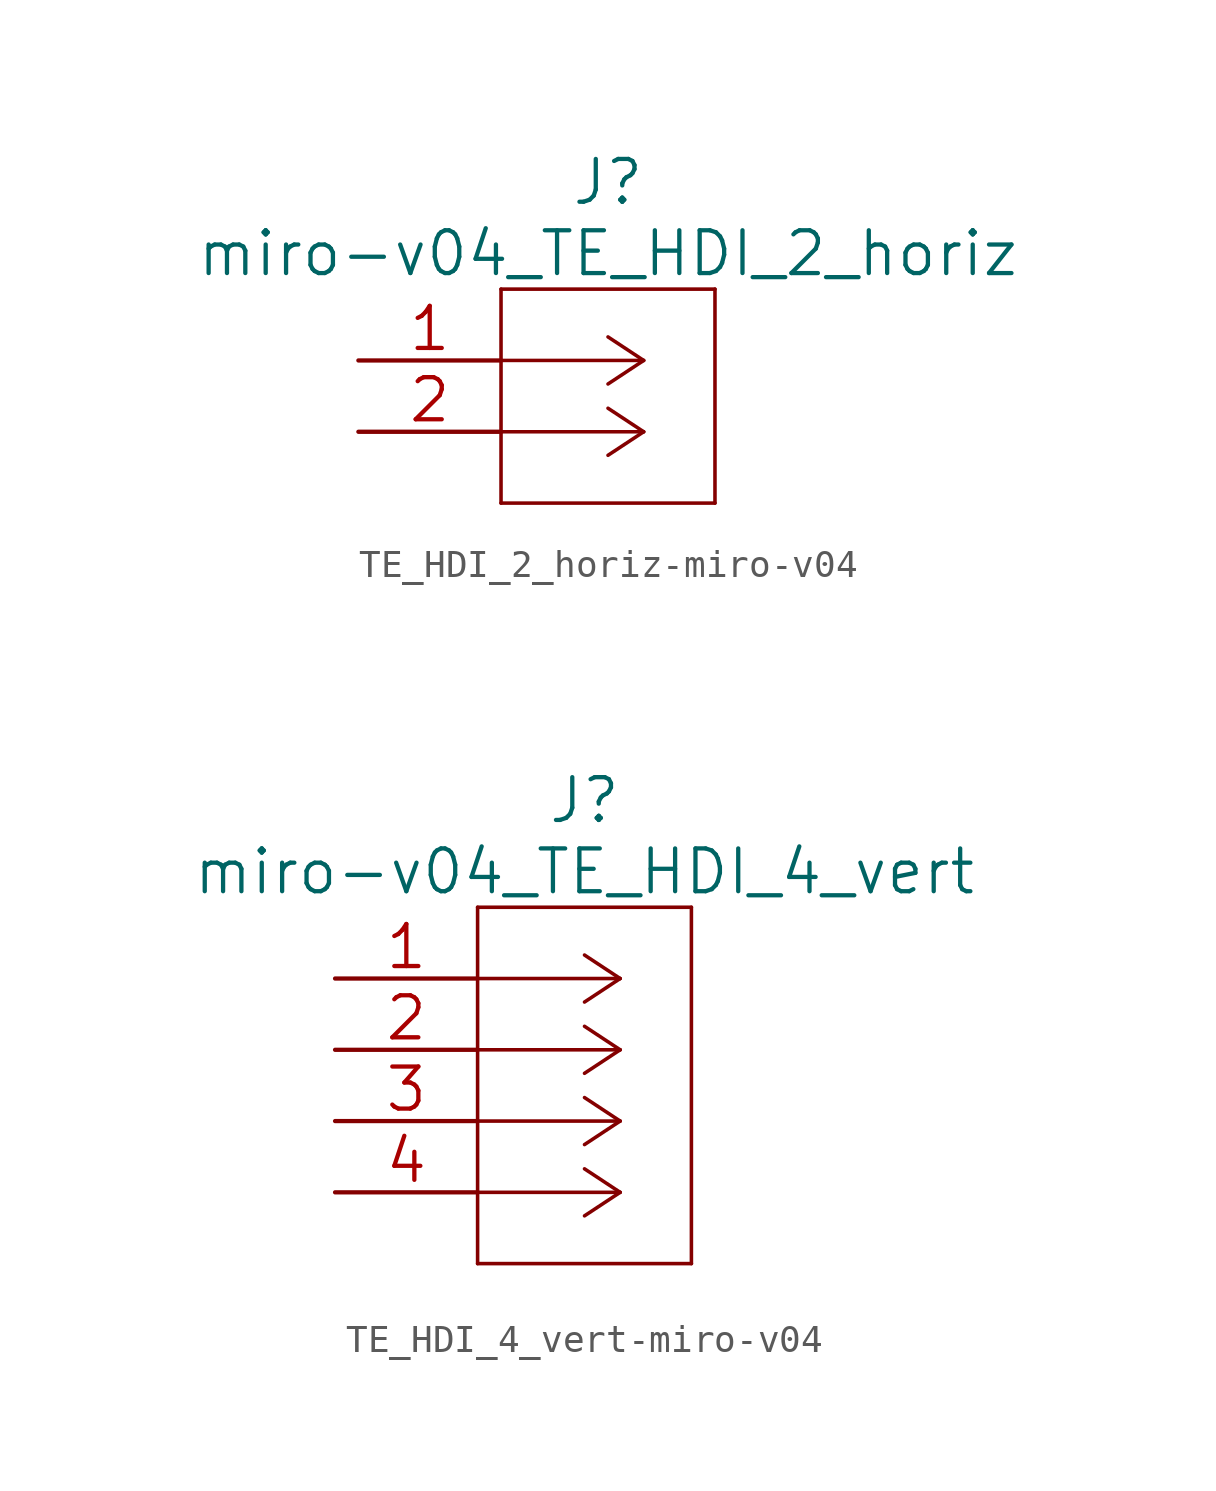
<source format=kicad_sym>
(kicad_symbol_lib
  (version 20220914)
  (generator kicad_symbol_editor)
  (symbol "TE_HDI_2_horiz-miro-v04"
    (pin_names
      (offset 0.254) hide)
    (property "Reference" "J"
      (at 8.89 6.35 0)
      (effects (font (size 1.524 1.524))))
    (property "Value" "miro-v04_TE_HDI_2_horiz"
      (at 8.89 3.81 0)
      (effects (font (size 1.524 1.524))))
    (property "Datasheet" ""
      (at 0 0 0)
      (effects (font (size 1.524 1.524))))
    (symbol "TE_HDI_2_horiz-miro-v04_1_1"
      (polyline (pts (xy 5.08 -5.08) (xy 12.7 -5.08)) (stroke (width 0.127) (type solid)) (fill (type none)))
      (polyline (pts (xy 5.08 2.54) (xy 5.08 -5.08)) (stroke (width 0.127) (type solid)) (fill (type none)))
      (polyline (pts (xy 10.16 -2.54) (xy 5.08 -2.54)) (stroke (width 0.127) (type solid)) (fill (type none)))
      (polyline (pts (xy 10.16 -2.54) (xy 8.89 -3.378)) (stroke (width 0.127) (type solid)) (fill (type none)))
      (polyline (pts (xy 10.16 -2.54) (xy 8.89 -1.702)) (stroke (width 0.127) (type solid)) (fill (type none)))
      (polyline (pts (xy 10.16 0) (xy 5.08 0)) (stroke (width 0.127) (type solid)) (fill (type none)))
      (polyline (pts (xy 10.16 0) (xy 8.89 -0.838)) (stroke (width 0.127) (type solid)) (fill (type none)))
      (polyline (pts (xy 10.16 0) (xy 8.89 0.838)) (stroke (width 0.127) (type solid)) (fill (type none)))
      (polyline (pts (xy 12.7 -5.08) (xy 12.7 2.54)) (stroke (width 0.127) (type solid)) (fill (type none)))
      (polyline (pts (xy 12.7 2.54) (xy 5.08 2.54)) (stroke (width 0.127) (type solid)) (fill (type none)))
      (pin unspecified line (at 0 0 0) (length 5.08) (name "1" (effects (font (size 1.499 1.499)))) (number "1" (effects (font (size 1.499 1.499)))))
      (pin unspecified line (at 0 -2.54 0) (length 5.08) (name "2" (effects (font (size 1.499 1.499)))) (number "2" (effects (font (size 1.499 1.499)))))))
  (symbol "TE_HDI_4_vert-miro-v04"
    (pin_names
      (offset 0.254) hide)
    (property "Reference" "J"
      (at 8.89 6.35 0)
      (effects (font (size 1.524 1.524))))
    (property "Value" "miro-v04_TE_HDI_4_vert"
      (at 8.89 3.81 0)
      (effects (font (size 1.524 1.524))))
    (property "Datasheet" ""
      (at 0 0 0)
      (effects (font (size 1.524 1.524))))
    (symbol "TE_HDI_4_vert-miro-v04_1_1"
      (polyline (pts (xy 5.08 -10.16) (xy 12.7 -10.16)) (stroke (width 0.127) (type solid)) (fill (type none)))
      (polyline (pts (xy 5.08 2.54) (xy 5.08 -10.16)) (stroke (width 0.127) (type solid)) (fill (type none)))
      (polyline (pts (xy 10.16 -7.62) (xy 5.08 -7.62)) (stroke (width 0.127) (type solid)) (fill (type none)))
      (polyline (pts (xy 10.16 -7.62) (xy 8.89 -8.458)) (stroke (width 0.127) (type solid)) (fill (type none)))
      (polyline (pts (xy 10.16 -7.62) (xy 8.89 -6.782)) (stroke (width 0.127) (type solid)) (fill (type none)))
      (polyline (pts (xy 10.16 -5.08) (xy 5.08 -5.08)) (stroke (width 0.127) (type solid)) (fill (type none)))
      (polyline (pts (xy 10.16 -5.08) (xy 8.89 -5.918)) (stroke (width 0.127) (type solid)) (fill (type none)))
      (polyline (pts (xy 10.16 -5.08) (xy 8.89 -4.242)) (stroke (width 0.127) (type solid)) (fill (type none)))
      (polyline (pts (xy 10.16 -2.54) (xy 5.08 -2.54)) (stroke (width 0.127) (type solid)) (fill (type none)))
      (polyline (pts (xy 10.16 -2.54) (xy 8.89 -3.378)) (stroke (width 0.127) (type solid)) (fill (type none)))
      (polyline (pts (xy 10.16 -2.54) (xy 8.89 -1.702)) (stroke (width 0.127) (type solid)) (fill (type none)))
      (polyline (pts (xy 10.16 0) (xy 5.08 0)) (stroke (width 0.127) (type solid)) (fill (type none)))
      (polyline (pts (xy 10.16 0) (xy 8.89 -0.838)) (stroke (width 0.127) (type solid)) (fill (type none)))
      (polyline (pts (xy 10.16 0) (xy 8.89 0.838)) (stroke (width 0.127) (type solid)) (fill (type none)))
      (polyline (pts (xy 12.7 -10.16) (xy 12.7 2.54)) (stroke (width 0.127) (type solid)) (fill (type none)))
      (polyline (pts (xy 12.7 2.54) (xy 5.08 2.54)) (stroke (width 0.127) (type solid)) (fill (type none)))
      (pin unspecified line (at 0 0 0) (length 5.08) (name "1" (effects (font (size 1.499 1.499)))) (number "1" (effects (font (size 1.499 1.499)))))
      (pin unspecified line (at 0 -2.54 0) (length 5.08) (name "2" (effects (font (size 1.499 1.499)))) (number "2" (effects (font (size 1.499 1.499)))))
      (pin unspecified line (at 0 -5.08 0) (length 5.08) (name "3" (effects (font (size 1.499 1.499)))) (number "3" (effects (font (size 1.499 1.499)))))
      (pin unspecified line (at 0 -7.62 0) (length 5.08) (name "4" (effects (font (size 1.499 1.499)))) (number "4" (effects (font (size 1.499 1.499))))))))
</source>
